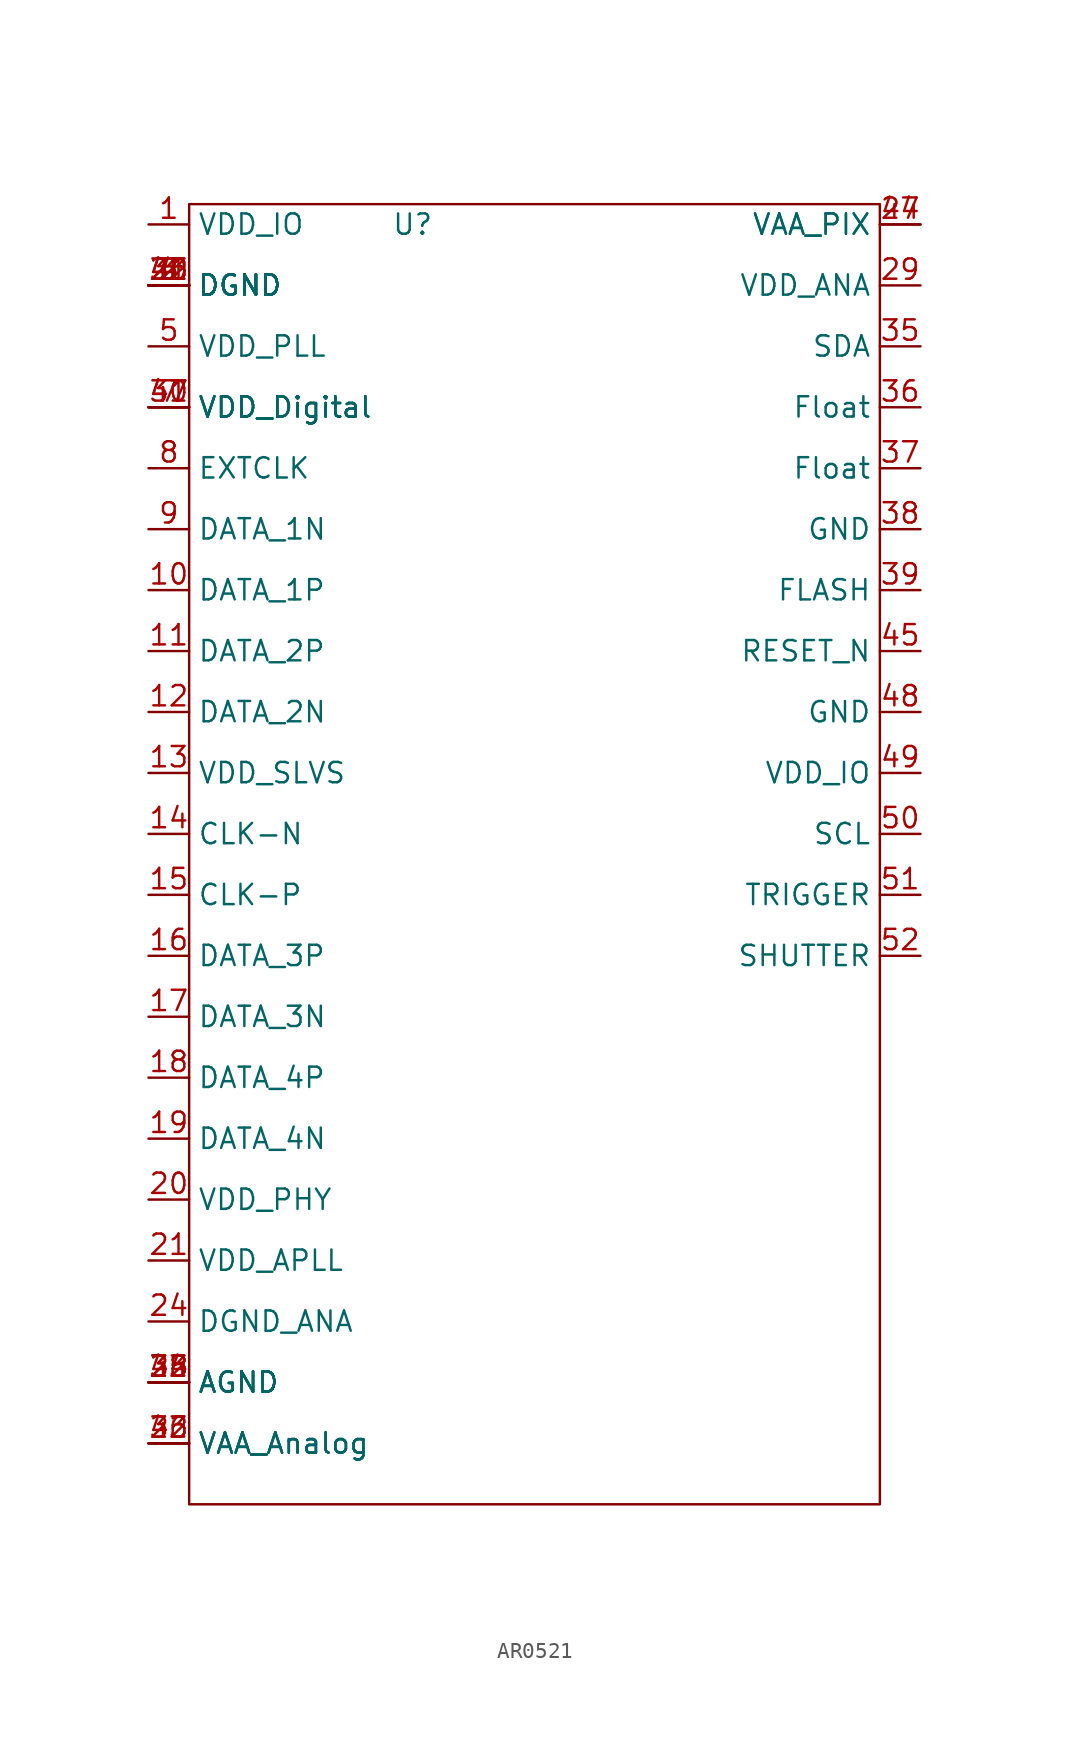
<source format=kicad_sym>
(kicad_symbol_lib
  (version 20241209)
  (generator "kicad_symbol_editor")
  (generator_version "9.0")
  (symbol "AR0521"
    (property "Reference" "U"
      (at 0 0 0)
      (effects (font (size 1.27 1.27))))
    (property "Value" ""
      (at 0 0 0)
      (effects (font (size 1.27 1.27))))
    (symbol "AR0521_0_1"
      (rectangle (start -13.97 1.27) (end 29.21 -80.01) (stroke (width 0) (type default)) (fill (type none))))
    (symbol "AR0521_1_1"
      (pin power_in line (at -16.51 0 0) (length 2.54) (name "VDD_IO" (effects (font (size 1.27 1.27)))) (number "1" (effects (font (size 1.27 1.27)))))
      (pin bidirectional line (at -16.51 -3.81 0) (length 2.54) (name "DGND" (effects (font (size 1.27 1.27)))) (number "2" (effects (font (size 1.27 1.27)))))
      (pin unspecified line (at -16.51 -3.81 0) (length 2.54) (name "DGND" (effects (font (size 1.27 1.27)))) (number "22" (effects (font (size 1.27 1.27)))))
      (pin unspecified line (at -16.51 -3.81 0) (length 2.54) (name "DGND" (effects (font (size 1.27 1.27)))) (number "23" (effects (font (size 1.27 1.27)))))
      (pin bidirectional line (at -16.51 -3.81 0) (length 2.54) (name "DGND" (effects (font (size 1.27 1.27)))) (number "3" (effects (font (size 1.27 1.27)))))
      (pin unspecified line (at -16.51 -3.81 0) (length 2.54) (name "DGND" (effects (font (size 1.27 1.27)))) (number "30" (effects (font (size 1.27 1.27)))))
      (pin bidirectional line (at -16.51 -3.81 0) (length 2.54) (name "DGND" (effects (font (size 1.27 1.27)))) (number "4" (effects (font (size 1.27 1.27)))))
      (pin unspecified line (at -16.51 -3.81 0) (length 2.54) (name "DGND" (effects (font (size 1.27 1.27)))) (number "41" (effects (font (size 1.27 1.27)))))
      (pin unspecified line (at -16.51 -3.81 0) (length 2.54) (name "DGND" (effects (font (size 1.27 1.27)))) (number "46" (effects (font (size 1.27 1.27)))))
      (pin unspecified line (at -16.51 -3.81 0) (length 2.54) (name "DGND" (effects (font (size 1.27 1.27)))) (number "6" (effects (font (size 1.27 1.27)))))
      (pin unspecified line (at -16.51 -7.62 0) (length 2.54) (name "VDD_PLL" (effects (font (size 1.27 1.27)))) (number "5" (effects (font (size 1.27 1.27)))))
      (pin unspecified line (at -16.51 -11.43 0) (length 2.54) (name "VDD_Digital" (effects (font (size 1.27 1.27)))) (number "31" (effects (font (size 1.27 1.27)))))
      (pin unspecified line (at -16.51 -11.43 0) (length 2.54) (name "VDD_Digital" (effects (font (size 1.27 1.27)))) (number "40" (effects (font (size 1.27 1.27)))))
      (pin unspecified line (at -16.51 -11.43 0) (length 2.54) (name "VDD_Digital" (effects (font (size 1.27 1.27)))) (number "47" (effects (font (size 1.27 1.27)))))
      (pin unspecified line (at -16.51 -11.43 0) (length 2.54) (name "VDD_Digital" (effects (font (size 1.27 1.27)))) (number "7" (effects (font (size 1.27 1.27)))))
      (pin input line (at -16.51 -15.24 0) (length 2.54) (name "EXTCLK" (effects (font (size 1.27 1.27)))) (number "8" (effects (font (size 1.27 1.27)))))
      (pin output line (at -16.51 -19.05 0) (length 2.54) (name "DATA_1N" (effects (font (size 1.27 1.27)))) (number "9" (effects (font (size 1.27 1.27)))))
      (pin output line (at -16.51 -22.86 0) (length 2.54) (name "DATA_1P" (effects (font (size 1.27 1.27)))) (number "10" (effects (font (size 1.27 1.27)))))
      (pin output line (at -16.51 -26.67 0) (length 2.54) (name "DATA_2P" (effects (font (size 1.27 1.27)))) (number "11" (effects (font (size 1.27 1.27)))))
      (pin output line (at -16.51 -30.48 0) (length 2.54) (name "DATA_2N" (effects (font (size 1.27 1.27)))) (number "12" (effects (font (size 1.27 1.27)))))
      (pin unspecified line (at -16.51 -34.29 0) (length 2.54) (name "VDD_SLVS" (effects (font (size 1.27 1.27)))) (number "13" (effects (font (size 1.27 1.27)))))
      (pin unspecified line (at -16.51 -38.1 0) (length 2.54) (name "CLK-N" (effects (font (size 1.27 1.27)))) (number "14" (effects (font (size 1.27 1.27)))))
      (pin unspecified line (at -16.51 -41.91 0) (length 2.54) (name "CLK-P" (effects (font (size 1.27 1.27)))) (number "15" (effects (font (size 1.27 1.27)))))
      (pin output line (at -16.51 -45.72 0) (length 2.54) (name "DATA_3P" (effects (font (size 1.27 1.27)))) (number "16" (effects (font (size 1.27 1.27)))))
      (pin output line (at -16.51 -49.53 0) (length 2.54) (name "DATA_3N" (effects (font (size 1.27 1.27)))) (number "17" (effects (font (size 1.27 1.27)))))
      (pin output line (at -16.51 -53.34 0) (length 2.54) (name "DATA_4P" (effects (font (size 1.27 1.27)))) (number "18" (effects (font (size 1.27 1.27)))))
      (pin output line (at -16.51 -57.15 0) (length 2.54) (name "DATA_4N" (effects (font (size 1.27 1.27)))) (number "19" (effects (font (size 1.27 1.27)))))
      (pin unspecified line (at -16.51 -60.96 0) (length 2.54) (name "VDD_PHY" (effects (font (size 1.27 1.27)))) (number "20" (effects (font (size 1.27 1.27)))))
      (pin unspecified line (at -16.51 -64.77 0) (length 2.54) (name "VDD_APLL" (effects (font (size 1.27 1.27)))) (number "21" (effects (font (size 1.27 1.27)))))
      (pin unspecified line (at -16.51 -68.58 0) (length 2.54) (name "DGND_ANA" (effects (font (size 1.27 1.27)))) (number "24" (effects (font (size 1.27 1.27)))))
      (pin unspecified line (at -16.51 -72.39 0) (length 2.54) (name "AGND" (effects (font (size 1.27 1.27)))) (number "25" (effects (font (size 1.27 1.27)))))
      (pin unspecified line (at -16.51 -72.39 0) (length 2.54) (name "AGND" (effects (font (size 1.27 1.27)))) (number "28" (effects (font (size 1.27 1.27)))))
      (pin unspecified line (at -16.51 -72.39 0) (length 2.54) (name "AGND" (effects (font (size 1.27 1.27)))) (number "33" (effects (font (size 1.27 1.27)))))
      (pin unspecified line (at -16.51 -72.39 0) (length 2.54) (name "AGND" (effects (font (size 1.27 1.27)))) (number "34" (effects (font (size 1.27 1.27)))))
      (pin unspecified line (at -16.51 -72.39 0) (length 2.54) (name "AGND" (effects (font (size 1.27 1.27)))) (number "42" (effects (font (size 1.27 1.27)))))
      (pin unspecified line (at -16.51 -76.2 0) (length 2.54) (name "VAA_Analog" (effects (font (size 1.27 1.27)))) (number "26" (effects (font (size 1.27 1.27)))))
      (pin unspecified line (at -16.51 -76.2 0) (length 2.54) (name "VAA_Analog" (effects (font (size 1.27 1.27)))) (number "32" (effects (font (size 1.27 1.27)))))
      (pin unspecified line (at -16.51 -76.2 0) (length 2.54) (name "VAA_Analog" (effects (font (size 1.27 1.27)))) (number "43" (effects (font (size 1.27 1.27)))))
      (pin unspecified line (at 31.75 0 180) (length 2.54) (name "VAA_PIX" (effects (font (size 1.27 1.27)))) (number "27" (effects (font (size 1.27 1.27)))))
      (pin unspecified line (at 31.75 0 180) (length 2.54) (name "VAA_PIX" (effects (font (size 1.27 1.27)))) (number "44" (effects (font (size 1.27 1.27)))))
      (pin unspecified line (at 31.75 -3.81 180) (length 2.54) (name "VDD_ANA" (effects (font (size 1.27 1.27)))) (number "29" (effects (font (size 1.27 1.27)))))
      (pin unspecified line (at 31.75 -7.62 180) (length 2.54) (name "SDA" (effects (font (size 1.27 1.27)))) (number "35" (effects (font (size 1.27 1.27)))))
      (pin unspecified line (at 31.75 -11.43 180) (length 2.54) (name "Float" (effects (font (size 1.27 1.27)))) (number "36" (effects (font (size 1.27 1.27)))))
      (pin unspecified line (at 31.75 -15.24 180) (length 2.54) (name "Float" (effects (font (size 1.27 1.27)))) (number "37" (effects (font (size 1.27 1.27)))))
      (pin unspecified line (at 31.75 -19.05 180) (length 2.54) (name "GND" (effects (font (size 1.27 1.27)))) (number "38" (effects (font (size 1.27 1.27)))))
      (pin unspecified line (at 31.75 -22.86 180) (length 2.54) (name "FLASH" (effects (font (size 1.27 1.27)))) (number "39" (effects (font (size 1.27 1.27)))))
      (pin input line (at 31.75 -26.67 180) (length 2.54) (name "RESET_N" (effects (font (size 1.27 1.27)))) (number "45" (effects (font (size 1.27 1.27)))))
      (pin unspecified line (at 31.75 -30.48 180) (length 2.54) (name "GND" (effects (font (size 1.27 1.27)))) (number "48" (effects (font (size 1.27 1.27)))))
      (pin unspecified line (at 31.75 -34.29 180) (length 2.54) (name "VDD_IO" (effects (font (size 1.27 1.27)))) (number "49" (effects (font (size 1.27 1.27)))))
      (pin input line (at 31.75 -38.1 180) (length 2.54) (name "SCL" (effects (font (size 1.27 1.27)))) (number "50" (effects (font (size 1.27 1.27)))))
      (pin input line (at 31.75 -41.91 180) (length 2.54) (name "TRIGGER" (effects (font (size 1.27 1.27)))) (number "51" (effects (font (size 1.27 1.27)))))
      (pin output line (at 31.75 -45.72 180) (length 2.54) (name "SHUTTER" (effects (font (size 1.27 1.27)))) (number "52" (effects (font (size 1.27 1.27))))))))
</source>
